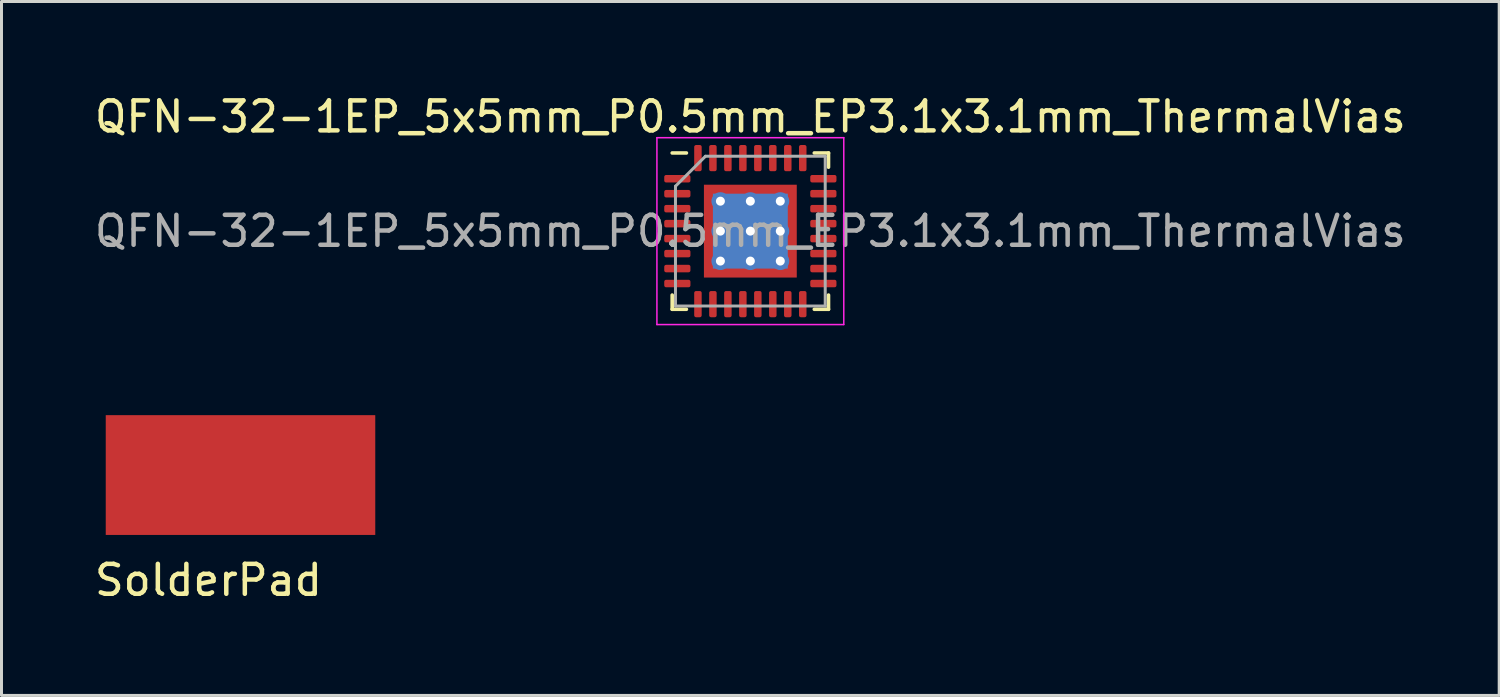
<source format=kicad_pcb>
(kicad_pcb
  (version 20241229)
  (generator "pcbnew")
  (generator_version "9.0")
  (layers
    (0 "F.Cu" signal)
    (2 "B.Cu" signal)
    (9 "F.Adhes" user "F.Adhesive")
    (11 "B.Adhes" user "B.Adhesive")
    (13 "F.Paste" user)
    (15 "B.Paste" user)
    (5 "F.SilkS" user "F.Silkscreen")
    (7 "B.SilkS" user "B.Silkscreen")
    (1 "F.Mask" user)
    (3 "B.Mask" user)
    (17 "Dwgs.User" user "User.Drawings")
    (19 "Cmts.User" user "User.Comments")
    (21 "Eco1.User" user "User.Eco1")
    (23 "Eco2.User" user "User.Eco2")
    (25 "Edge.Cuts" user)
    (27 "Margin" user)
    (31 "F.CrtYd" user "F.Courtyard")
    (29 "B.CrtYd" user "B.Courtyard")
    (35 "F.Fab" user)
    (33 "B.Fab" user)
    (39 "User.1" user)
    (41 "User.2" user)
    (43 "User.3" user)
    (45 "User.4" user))
  (footprint "SolderPad"
    (layer "F.Cu")
    (at 4.981 12.813)
    (property "Reference" "SolderPad" (at -1.07 3.51 0) (layer "F.SilkS") (effects (font (size 1 1) (thickness 0.15))))
    (attr through_hole)
    (pad "1" connect rect (at 0 0) (size 9 4) (layers "F.Cu" "F.Mask")))
  (footprint "QFN-32-1EP_5x5mm_P0.5mm_EP3.1x3.1mm_ThermalVias"
    (layer "F.Cu")
    (at 22.006 4.668)
    (property "Reference" "QFN-32-1EP_5x5mm_P0.5mm_EP3.1x3.1mm_ThermalVias" (at 0 -3.82 0) (layer "F.SilkS") (effects (font (size 1 1) (thickness 0.15))))
    (attr smd)
    (fp_line (start -2.61 2.61) (end -2.61 2.135) (stroke (width 0.12) (type solid)) (layer "F.SilkS"))
    (fp_line (start -2.135 -2.61) (end -2.61 -2.61) (stroke (width 0.12) (type solid)) (layer "F.SilkS"))
    (fp_line (start -2.135 2.61) (end -2.61 2.61) (stroke (width 0.12) (type solid)) (layer "F.SilkS"))
    (fp_line (start 2.135 -2.61) (end 2.61 -2.61) (stroke (width 0.12) (type solid)) (layer "F.SilkS"))
    (fp_line (start 2.135 2.61) (end 2.61 2.61) (stroke (width 0.12) (type solid)) (layer "F.SilkS"))
    (fp_line (start 2.61 -2.61) (end 2.61 -2.135) (stroke (width 0.12) (type solid)) (layer "F.SilkS"))
    (fp_line (start 2.61 2.61) (end 2.61 2.135) (stroke (width 0.12) (type solid)) (layer "F.SilkS"))
    (fp_line (start -3.12 -3.12) (end -3.12 3.12) (stroke (width 0.05) (type solid)) (layer "F.CrtYd"))
    (fp_line (start -3.12 3.12) (end 3.12 3.12) (stroke (width 0.05) (type solid)) (layer "F.CrtYd"))
    (fp_line (start 3.12 -3.12) (end -3.12 -3.12) (stroke (width 0.05) (type solid)) (layer "F.CrtYd"))
    (fp_line (start 3.12 3.12) (end 3.12 -3.12) (stroke (width 0.05) (type solid)) (layer "F.CrtYd"))
    (fp_line (start -2.5 -1.5) (end -1.5 -2.5) (stroke (width 0.1) (type solid)) (layer "F.Fab"))
    (fp_line (start -2.5 2.5) (end -2.5 -1.5) (stroke (width 0.1) (type solid)) (layer "F.Fab"))
    (fp_line (start -1.5 -2.5) (end 2.5 -2.5) (stroke (width 0.1) (type solid)) (layer "F.Fab"))
    (fp_line (start 2.5 -2.5) (end 2.5 2.5) (stroke (width 0.1) (type solid)) (layer "F.Fab"))
    (fp_line (start 2.5 2.5) (end -2.5 2.5) (stroke (width 0.1) (type solid)) (layer "F.Fab"))
    (fp_text user "${REFERENCE}" (at 0 0 0) (layer "F.Fab") (effects (font (size 1 1) (thickness 0.15))))
    (pad "" smd custom (at -1.275 -1.275) (size 0.319 0.319) (layers "F.Paste") (options (anchor circle)) (primitives (gr_poly (pts (xy -0.111 -0.111) (xy 0.111 -0.111) (xy 0.111 -0.000473) (xy -0.000473 0.111) (xy -0.111 0.111)) (width 0.222) (fill yes))))
    (pad "" smd custom (at -1.275 -0.5) (size 0.35 0.35) (layers "F.Paste") (options (anchor circle)) (primitives (gr_poly (pts (xy -0.128 -0.309) (xy 0.05 -0.309) (xy 0.128 -0.232) (xy 0.128 0.232) (xy 0.05 0.309) (xy -0.128 0.309)) (width 0.188) (fill yes))))
    (pad "" smd custom (at -1.275 0.5) (size 0.35 0.35) (layers "F.Paste") (options (anchor circle)) (primitives (gr_poly (pts (xy -0.128 -0.309) (xy 0.05 -0.309) (xy 0.128 -0.232) (xy 0.128 0.232) (xy 0.05 0.309) (xy -0.128 0.309)) (width 0.188) (fill yes))))
    (pad "" smd custom (at -1.275 1.275) (size 0.319 0.319) (layers "F.Paste") (options (anchor circle)) (primitives (gr_poly (pts (xy -0.111 -0.111) (xy -0.000473 -0.111) (xy 0.111 0.000473) (xy 0.111 0.111) (xy -0.111 0.111)) (width 0.222) (fill yes))))
    (pad "" smd custom (at -0.5 -1.275) (size 0.35 0.35) (layers "F.Paste") (options (anchor circle)) (primitives (gr_poly (pts (xy -0.309 -0.128) (xy 0.309 -0.128) (xy 0.309 0.05) (xy 0.232 0.128) (xy -0.232 0.128) (xy -0.309 0.05)) (width 0.188) (fill yes))))
    (pad "" smd roundrect (at -0.5 -0.5) (size 0.806 0.806) (layers "F.Paste") (roundrect_rratio 0.25))
    (pad "" smd roundrect (at -0.5 0.5) (size 0.806 0.806) (layers "F.Paste") (roundrect_rratio 0.25))
    (pad "" smd custom (at -0.5 1.275) (size 0.35 0.35) (layers "F.Paste") (options (anchor circle)) (primitives (gr_poly (pts (xy -0.309 -0.05) (xy -0.232 -0.128) (xy 0.232 -0.128) (xy 0.309 -0.05) (xy 0.309 0.128) (xy -0.309 0.128)) (width 0.188) (fill yes))))
    (pad "" smd custom (at 0.5 -1.275) (size 0.35 0.35) (layers "F.Paste") (options (anchor circle)) (primitives (gr_poly (pts (xy -0.309 -0.128) (xy 0.309 -0.128) (xy 0.309 0.05) (xy 0.232 0.128) (xy -0.232 0.128) (xy -0.309 0.05)) (width 0.188) (fill yes))))
    (pad "" smd roundrect (at 0.5 -0.5) (size 0.806 0.806) (layers "F.Paste") (roundrect_rratio 0.25))
    (pad "" smd roundrect (at 0.5 0.5) (size 0.806 0.806) (layers "F.Paste") (roundrect_rratio 0.25))
    (pad "" smd custom (at 0.5 1.275) (size 0.35 0.35) (layers "F.Paste") (options (anchor circle)) (primitives (gr_poly (pts (xy -0.309 -0.05) (xy -0.232 -0.128) (xy 0.232 -0.128) (xy 0.309 -0.05) (xy 0.309 0.128) (xy -0.309 0.128)) (width 0.188) (fill yes))))
    (pad "" smd custom (at 1.275 -1.275) (size 0.319 0.319) (layers "F.Paste") (options (anchor circle)) (primitives (gr_poly (pts (xy -0.111 -0.111) (xy 0.111 -0.111) (xy 0.111 0.111) (xy 0.000473 0.111) (xy -0.111 -0.000473)) (width 0.222) (fill yes))))
    (pad "" smd custom (at 1.275 -0.5) (size 0.35 0.35) (layers "F.Paste") (options (anchor circle)) (primitives (gr_poly (pts (xy -0.128 -0.232) (xy -0.05 -0.309) (xy 0.128 -0.309) (xy 0.128 0.309) (xy -0.05 0.309) (xy -0.128 0.232)) (width 0.188) (fill yes))))
    (pad "" smd custom (at 1.275 0.5) (size 0.35 0.35) (layers "F.Paste") (options (anchor circle)) (primitives (gr_poly (pts (xy -0.128 -0.232) (xy -0.05 -0.309) (xy 0.128 -0.309) (xy 0.128 0.309) (xy -0.05 0.309) (xy -0.128 0.232)) (width 0.188) (fill yes))))
    (pad "" smd custom (at 1.275 1.275) (size 0.319 0.319) (layers "F.Paste") (options (anchor circle)) (primitives (gr_poly (pts (xy -0.111 0.000473) (xy 0.000473 -0.111) (xy 0.111 -0.111) (xy 0.111 0.111) (xy -0.111 0.111)) (width 0.222) (fill yes))))
    (pad "1" smd roundrect (at -2.438 -1.75) (size 0.875 0.25) (layers "F.Cu" "F.Mask" "F.Paste") (roundrect_rratio 0.25))
    (pad "2" smd roundrect (at -2.438 -1.25) (size 0.875 0.25) (layers "F.Cu" "F.Mask" "F.Paste") (roundrect_rratio 0.25))
    (pad "3" smd roundrect (at -2.438 -0.75) (size 0.875 0.25) (layers "F.Cu" "F.Mask" "F.Paste") (roundrect_rratio 0.25))
    (pad "4" smd roundrect (at -2.438 -0.25) (size 0.875 0.25) (layers "F.Cu" "F.Mask" "F.Paste") (roundrect_rratio 0.25))
    (pad "5" smd roundrect (at -2.438 0.25) (size 0.875 0.25) (layers "F.Cu" "F.Mask" "F.Paste") (roundrect_rratio 0.25))
    (pad "6" smd roundrect (at -2.438 0.75) (size 0.875 0.25) (layers "F.Cu" "F.Mask" "F.Paste") (roundrect_rratio 0.25))
    (pad "7" smd roundrect (at -2.438 1.25) (size 0.875 0.25) (layers "F.Cu" "F.Mask" "F.Paste") (roundrect_rratio 0.25))
    (pad "8" smd roundrect (at -2.438 1.75) (size 0.875 0.25) (layers "F.Cu" "F.Mask" "F.Paste") (roundrect_rratio 0.25))
    (pad "9" smd roundrect (at -1.75 2.438) (size 0.25 0.875) (layers "F.Cu" "F.Mask" "F.Paste") (roundrect_rratio 0.25))
    (pad "10" smd roundrect (at -1.25 2.438) (size 0.25 0.875) (layers "F.Cu" "F.Mask" "F.Paste") (roundrect_rratio 0.25))
    (pad "11" smd roundrect (at -0.75 2.438) (size 0.25 0.875) (layers "F.Cu" "F.Mask" "F.Paste") (roundrect_rratio 0.25))
    (pad "12" smd roundrect (at -0.25 2.438) (size 0.25 0.875) (layers "F.Cu" "F.Mask" "F.Paste") (roundrect_rratio 0.25))
    (pad "13" smd roundrect (at 0.25 2.438) (size 0.25 0.875) (layers "F.Cu" "F.Mask" "F.Paste") (roundrect_rratio 0.25))
    (pad "14" smd roundrect (at 0.75 2.438) (size 0.25 0.875) (layers "F.Cu" "F.Mask" "F.Paste") (roundrect_rratio 0.25))
    (pad "15" smd roundrect (at 1.25 2.438) (size 0.25 0.875) (layers "F.Cu" "F.Mask" "F.Paste") (roundrect_rratio 0.25))
    (pad "16" smd roundrect (at 1.75 2.438) (size 0.25 0.875) (layers "F.Cu" "F.Mask" "F.Paste") (roundrect_rratio 0.25))
    (pad "17" smd roundrect (at 2.438 1.75) (size 0.875 0.25) (layers "F.Cu" "F.Mask" "F.Paste") (roundrect_rratio 0.25))
    (pad "18" smd roundrect (at 2.438 1.25) (size 0.875 0.25) (layers "F.Cu" "F.Mask" "F.Paste") (roundrect_rratio 0.25))
    (pad "19" smd roundrect (at 2.438 0.75) (size 0.875 0.25) (layers "F.Cu" "F.Mask" "F.Paste") (roundrect_rratio 0.25))
    (pad "20" smd roundrect (at 2.438 0.25) (size 0.875 0.25) (layers "F.Cu" "F.Mask" "F.Paste") (roundrect_rratio 0.25))
    (pad "21" smd roundrect (at 2.438 -0.25) (size 0.875 0.25) (layers "F.Cu" "F.Mask" "F.Paste") (roundrect_rratio 0.25))
    (pad "22" smd roundrect (at 2.438 -0.75) (size 0.875 0.25) (layers "F.Cu" "F.Mask" "F.Paste") (roundrect_rratio 0.25))
    (pad "23" smd roundrect (at 2.438 -1.25) (size 0.875 0.25) (layers "F.Cu" "F.Mask" "F.Paste") (roundrect_rratio 0.25))
    (pad "24" smd roundrect (at 2.438 -1.75) (size 0.875 0.25) (layers "F.Cu" "F.Mask" "F.Paste") (roundrect_rratio 0.25))
    (pad "25" smd roundrect (at 1.75 -2.438) (size 0.25 0.875) (layers "F.Cu" "F.Mask" "F.Paste") (roundrect_rratio 0.25))
    (pad "26" smd roundrect (at 1.25 -2.438) (size 0.25 0.875) (layers "F.Cu" "F.Mask" "F.Paste") (roundrect_rratio 0.25))
    (pad "27" smd roundrect (at 0.75 -2.438) (size 0.25 0.875) (layers "F.Cu" "F.Mask" "F.Paste") (roundrect_rratio 0.25))
    (pad "28" smd roundrect (at 0.25 -2.438) (size 0.25 0.875) (layers "F.Cu" "F.Mask" "F.Paste") (roundrect_rratio 0.25))
    (pad "29" smd roundrect (at -0.25 -2.438) (size 0.25 0.875) (layers "F.Cu" "F.Mask" "F.Paste") (roundrect_rratio 0.25))
    (pad "30" smd roundrect (at -0.75 -2.438) (size 0.25 0.875) (layers "F.Cu" "F.Mask" "F.Paste") (roundrect_rratio 0.25))
    (pad "31" smd roundrect (at -1.25 -2.438) (size 0.25 0.875) (layers "F.Cu" "F.Mask" "F.Paste") (roundrect_rratio 0.25))
    (pad "32" smd roundrect (at -1.75 -2.438) (size 0.25 0.875) (layers "F.Cu" "F.Mask" "F.Paste") (roundrect_rratio 0.25))
    (pad "33" thru_hole circle (at -1 -1) (size 0.6 0.6) (drill 0.3) (layers "*.Cu"))
    (pad "33" thru_hole circle (at -1 0) (size 0.6 0.6) (drill 0.3) (layers "*.Cu"))
    (pad "33" thru_hole circle (at -1 1) (size 0.6 0.6) (drill 0.3) (layers "*.Cu"))
    (pad "33" thru_hole circle (at 0 -1) (size 0.6 0.6) (drill 0.3) (layers "*.Cu"))
    (pad "33" thru_hole circle (at 0 0) (size 0.6 0.6) (drill 0.3) (layers "*.Cu"))
    (pad "33" smd rect (at 0 0) (size 2.5 2.5) (layers "B.Cu"))
    (pad "33" smd rect (at 0 0) (size 3.1 3.1) (layers "F.Cu" "F.Mask"))
    (pad "33" thru_hole circle (at 0 1) (size 0.6 0.6) (drill 0.3) (layers "*.Cu"))
    (pad "33" thru_hole circle (at 1 -1) (size 0.6 0.6) (drill 0.3) (layers "*.Cu"))
    (pad "33" thru_hole circle (at 1 0) (size 0.6 0.6) (drill 0.3) (layers "*.Cu"))
    (pad "33" thru_hole circle (at 1 1) (size 0.6 0.6) (drill 0.3) (layers "*.Cu")))
  (gr_rect
    (start -3 -3)
    (end 47.012 20.172)
    (stroke (width 0.1) (type default))
    (fill no)
    (layer "Edge.Cuts")))
</source>
